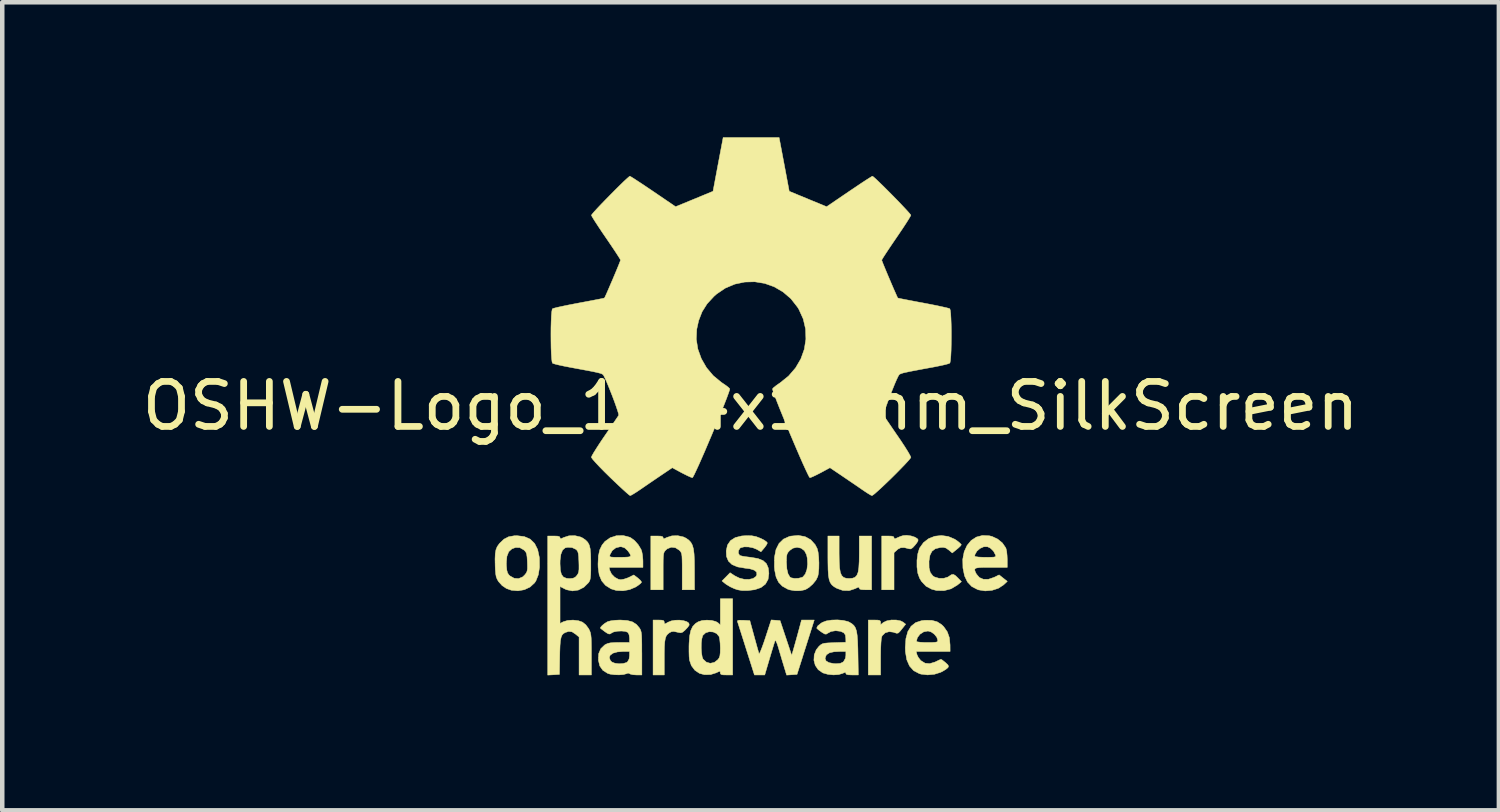
<source format=kicad_pcb>
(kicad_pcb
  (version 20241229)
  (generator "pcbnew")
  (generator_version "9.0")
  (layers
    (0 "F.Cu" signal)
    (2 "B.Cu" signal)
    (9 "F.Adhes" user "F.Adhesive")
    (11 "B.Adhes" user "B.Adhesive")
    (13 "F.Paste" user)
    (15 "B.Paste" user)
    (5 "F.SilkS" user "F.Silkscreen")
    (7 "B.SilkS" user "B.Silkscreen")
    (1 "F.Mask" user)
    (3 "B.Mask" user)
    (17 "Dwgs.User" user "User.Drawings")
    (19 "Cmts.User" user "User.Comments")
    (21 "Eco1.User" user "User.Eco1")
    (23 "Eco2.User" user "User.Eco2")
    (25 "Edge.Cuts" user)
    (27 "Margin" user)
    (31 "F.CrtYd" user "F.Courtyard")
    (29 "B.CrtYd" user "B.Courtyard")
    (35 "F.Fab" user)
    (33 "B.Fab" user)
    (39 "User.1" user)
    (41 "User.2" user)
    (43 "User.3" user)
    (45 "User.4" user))
  (footprint "OSHW-Logo_11.4x12mm_SilkScreen"
    (layer "F.Cu")
    (at 13.625 5.969)
    (property "Reference" "OSHW-Logo_11.4x12mm_SilkScreen" (at 0 0 0) (layer "F.SilkS") (effects (font (size 1 1) (thickness 0.15))))
    (attr board_only exclude_from_pos_files exclude_from_bom)
    (fp_poly (pts (xy 3.564 2.887) (xy 3.649 2.914) (xy 3.704 2.947) (xy 3.722 2.973) (xy 3.717 3.004) (xy 3.685 3.053) (xy 3.658 3.087) (xy 3.602 3.149) (xy 3.56 3.176) (xy 3.524 3.174) (xy 3.418 3.147) (xy 3.34 3.148) (xy 3.277 3.179) (xy 3.256 3.197) (xy 3.187 3.26) (xy 3.187 4.084) (xy 2.914 4.084) (xy 2.914 2.889) (xy 3.05 2.889) (xy 3.133 2.892) (xy 3.175 2.903) (xy 3.187 2.926) (xy 3.187 2.927) (xy 3.193 2.95) (xy 3.22 2.947) (xy 3.256 2.93) (xy 3.331 2.898) (xy 3.392 2.879) (xy 3.471 2.874) (xy 3.564 2.887)) (stroke (width 0.01) (type solid)) (fill yes) (layer "F.SilkS"))
    (fp_poly (pts (xy 3.238 4.756) (xy 3.334 4.775) (xy 3.389 4.803) (xy 3.446 4.849) (xy 3.364 4.952) (xy 3.314 5.014) (xy 3.28 5.045) (xy 3.246 5.05) (xy 3.196 5.035) (xy 3.173 5.026) (xy 3.078 5.014) (xy 2.991 5.04) (xy 2.927 5.101) (xy 2.917 5.12) (xy 2.905 5.171) (xy 2.897 5.266) (xy 2.891 5.396) (xy 2.889 5.556) (xy 2.889 5.579) (xy 2.889 5.976) (xy 2.615 5.976) (xy 2.615 4.756) (xy 2.752 4.756) (xy 2.831 4.758) (xy 2.872 4.768) (xy 2.887 4.788) (xy 2.889 4.808) (xy 2.889 4.859) (xy 2.954 4.808) (xy 3.029 4.773) (xy 3.131 4.755) (xy 3.238 4.756)) (stroke (width 0.01) (type solid)) (fill yes) (layer "F.SilkS"))
    (fp_poly (pts (xy -1.967 4.759) (xy -1.93 4.77) (xy -1.918 4.795) (xy -1.917 4.806) (xy -1.915 4.837) (xy -1.9 4.841) (xy -1.86 4.82) (xy -1.837 4.806) (xy -1.761 4.775) (xy -1.672 4.76) (xy -1.577 4.758) (xy -1.489 4.77) (xy -1.417 4.792) (xy -1.372 4.824) (xy -1.363 4.865) (xy -1.367 4.875) (xy -1.4 4.921) (xy -1.452 4.976) (xy -1.461 4.985) (xy -1.51 5.026) (xy -1.552 5.04) (xy -1.611 5.03) (xy -1.635 5.024) (xy -1.708 5.009) (xy -1.76 5.016) (xy -1.804 5.039) (xy -1.844 5.071) (xy -1.874 5.111) (xy -1.894 5.166) (xy -1.907 5.245) (xy -1.914 5.355) (xy -1.917 5.503) (xy -1.917 5.592) (xy -1.917 5.976) (xy -2.166 5.976) (xy -2.166 4.756) (xy -2.042 4.756) (xy -1.967 4.759)) (stroke (width 0.01) (type solid)) (fill yes) (layer "F.SilkS"))
    (fp_poly (pts (xy 1.967 3.276) (xy 1.97 3.459) (xy 1.978 3.598) (xy 1.995 3.698) (xy 2.023 3.766) (xy 2.065 3.808) (xy 2.121 3.828) (xy 2.191 3.833) (xy 2.265 3.827) (xy 2.321 3.806) (xy 2.361 3.763) (xy 2.389 3.694) (xy 2.405 3.591) (xy 2.413 3.451) (xy 2.415 3.276) (xy 2.415 2.889) (xy 2.689 2.889) (xy 2.689 4.084) (xy 2.552 4.084) (xy 2.47 4.081) (xy 2.427 4.069) (xy 2.415 4.047) (xy 2.408 4.027) (xy 2.38 4.031) (xy 2.322 4.059) (xy 2.191 4.102) (xy 2.051 4.099) (xy 1.918 4.052) (xy 1.854 4.015) (xy 1.806 3.975) (xy 1.77 3.924) (xy 1.746 3.857) (xy 1.73 3.765) (xy 1.722 3.642) (xy 1.719 3.481) (xy 1.718 3.356) (xy 1.718 2.889) (xy 1.967 2.889) (xy 1.967 3.276)) (stroke (width 0.01) (type solid)) (fill yes) (layer "F.SilkS"))
    (fp_poly (pts (xy -1.493 2.909) (xy -1.431 2.939) (xy -1.371 2.982) (xy -1.326 3.031) (xy -1.292 3.094) (xy -1.269 3.177) (xy -1.255 3.288) (xy -1.248 3.434) (xy -1.246 3.622) (xy -1.246 3.642) (xy -1.245 4.084) (xy -1.519 4.084) (xy -1.519 3.676) (xy -1.519 3.525) (xy -1.521 3.416) (xy -1.524 3.34) (xy -1.531 3.289) (xy -1.543 3.255) (xy -1.56 3.229) (xy -1.585 3.203) (xy -1.67 3.149) (xy -1.762 3.138) (xy -1.851 3.173) (xy -1.881 3.199) (xy -1.904 3.223) (xy -1.92 3.249) (xy -1.931 3.285) (xy -1.937 3.339) (xy -1.941 3.418) (xy -1.942 3.533) (xy -1.942 3.672) (xy -1.942 4.084) (xy -2.216 4.084) (xy -2.216 2.889) (xy -2.079 2.889) (xy -1.997 2.892) (xy -1.955 2.903) (xy -1.942 2.926) (xy -1.942 2.927) (xy -1.937 2.949) (xy -1.911 2.946) (xy -1.861 2.922) (xy -1.748 2.886) (xy -1.618 2.882) (xy -1.493 2.909)) (stroke (width 0.01) (type solid)) (fill yes) (layer "F.SilkS"))
    (fp_poly (pts (xy 4.391 2.899) (xy 4.535 2.96) (xy 4.581 2.99) (xy 4.639 3.036) (xy 4.675 3.072) (xy 4.682 3.084) (xy 4.664 3.11) (xy 4.618 3.154) (xy 4.581 3.185) (xy 4.481 3.266) (xy 4.402 3.199) (xy 4.341 3.156) (xy 4.281 3.141) (xy 4.213 3.145) (xy 4.104 3.172) (xy 4.03 3.228) (xy 3.985 3.318) (xy 3.964 3.448) (xy 3.964 3.449) (xy 3.966 3.594) (xy 3.993 3.701) (xy 4.049 3.774) (xy 4.086 3.799) (xy 4.186 3.829) (xy 4.293 3.829) (xy 4.386 3.8) (xy 4.408 3.785) (xy 4.463 3.748) (xy 4.506 3.742) (xy 4.552 3.769) (xy 4.604 3.819) (xy 4.685 3.903) (xy 4.595 3.978) (xy 4.455 4.062) (xy 4.298 4.103) (xy 4.134 4.1) (xy 4.026 4.072) (xy 3.899 4.005) (xy 3.798 3.898) (xy 3.753 3.822) (xy 3.715 3.714) (xy 3.697 3.577) (xy 3.697 3.429) (xy 3.715 3.286) (xy 3.751 3.167) (xy 3.757 3.155) (xy 3.842 3.035) (xy 3.957 2.947) (xy 4.093 2.894) (xy 4.24 2.878) (xy 4.391 2.899)) (stroke (width 0.01) (type solid)) (fill yes) (layer "F.SilkS"))
    (fp_poly (pts (xy 1.21 2.903) (xy 1.336 2.972) (xy 1.434 3.08) (xy 1.48 3.168) (xy 1.5 3.246) (xy 1.513 3.357) (xy 1.519 3.485) (xy 1.517 3.613) (xy 1.506 3.726) (xy 1.494 3.786) (xy 1.454 3.868) (xy 1.383 3.956) (xy 1.298 4.032) (xy 1.214 4.082) (xy 1.212 4.082) (xy 1.108 4.104) (xy 0.985 4.105) (xy 0.867 4.085) (xy 0.822 4.069) (xy 0.705 4.003) (xy 0.622 3.916) (xy 0.567 3.801) (xy 0.536 3.651) (xy 0.529 3.572) (xy 0.53 3.473) (xy 0.797 3.473) (xy 0.806 3.618) (xy 0.832 3.728) (xy 0.873 3.798) (xy 0.902 3.818) (xy 0.977 3.832) (xy 1.066 3.828) (xy 1.144 3.808) (xy 1.164 3.797) (xy 1.217 3.732) (xy 1.252 3.633) (xy 1.267 3.513) (xy 1.26 3.383) (xy 1.244 3.306) (xy 1.197 3.216) (xy 1.123 3.16) (xy 1.033 3.14) (xy 0.941 3.16) (xy 0.87 3.21) (xy 0.832 3.252) (xy 0.811 3.292) (xy 0.8 3.347) (xy 0.797 3.432) (xy 0.797 3.473) (xy 0.53 3.473) (xy 0.531 3.362) (xy 0.565 3.189) (xy 0.632 3.055) (xy 0.731 2.958) (xy 0.862 2.899) (xy 0.89 2.892) (xy 1.06 2.876) (xy 1.21 2.903)) (stroke (width 0.01) (type solid)) (fill yes) (layer "F.SilkS"))
    (fp_poly (pts (xy 0.558 4.761) (xy 0.656 4.769) (xy 0.785 5.155) (xy 0.914 5.541) (xy 0.954 5.404) (xy 0.978 5.319) (xy 1.01 5.205) (xy 1.045 5.079) (xy 1.063 5.012) (xy 1.132 4.756) (xy 1.415 4.756) (xy 1.33 5.024) (xy 1.288 5.156) (xy 1.238 5.314) (xy 1.185 5.48) (xy 1.139 5.628) (xy 1.032 5.964) (xy 0.801 5.979) (xy 0.738 5.772) (xy 0.699 5.644) (xy 0.657 5.502) (xy 0.62 5.377) (xy 0.619 5.372) (xy 0.592 5.288) (xy 0.567 5.23) (xy 0.55 5.208) (xy 0.547 5.21) (xy 0.534 5.244) (xy 0.511 5.317) (xy 0.48 5.419) (xy 0.443 5.542) (xy 0.423 5.609) (xy 0.315 5.976) (xy 0.086 5.976) (xy -0.098 5.397) (xy -0.149 5.235) (xy -0.196 5.088) (xy -0.236 4.962) (xy -0.267 4.865) (xy -0.287 4.804) (xy -0.293 4.786) (xy -0.288 4.768) (xy -0.251 4.76) (xy -0.173 4.761) (xy -0.16 4.761) (xy -0.016 4.769) (xy 0.079 5.117) (xy 0.114 5.244) (xy 0.145 5.356) (xy 0.17 5.443) (xy 0.185 5.495) (xy 0.188 5.503) (xy 0.2 5.494) (xy 0.224 5.443) (xy 0.257 5.359) (xy 0.297 5.248) (xy 0.331 5.147) (xy 0.459 4.754) (xy 0.558 4.761)) (stroke (width 0.01) (type solid)) (fill yes) (layer "F.SilkS"))
    (fp_poly (pts (xy -5.027 2.902) (xy -4.896 2.959) (xy -4.798 3.055) (xy -4.73 3.19) (xy -4.693 3.364) (xy -4.691 3.391) (xy -4.689 3.582) (xy -4.715 3.75) (xy -4.769 3.886) (xy -4.798 3.93) (xy -4.898 4.022) (xy -5.025 4.082) (xy -5.168 4.107) (xy -5.314 4.094) (xy -5.424 4.055) (xy -5.52 3.99) (xy -5.597 3.904) (xy -5.599 3.902) (xy -5.63 3.849) (xy -5.651 3.795) (xy -5.663 3.728) (xy -5.671 3.633) (xy -5.674 3.555) (xy -5.675 3.484) (xy -5.426 3.484) (xy -5.424 3.554) (xy -5.415 3.648) (xy -5.399 3.708) (xy -5.371 3.751) (xy -5.345 3.776) (xy -5.252 3.828) (xy -5.154 3.835) (xy -5.063 3.798) (xy -5.018 3.755) (xy -4.985 3.713) (xy -4.966 3.672) (xy -4.957 3.619) (xy -4.957 3.54) (xy -4.959 3.467) (xy -4.965 3.363) (xy -4.974 3.295) (xy -4.99 3.251) (xy -5.017 3.217) (xy -5.038 3.198) (xy -5.127 3.147) (xy -5.223 3.145) (xy -5.303 3.175) (xy -5.372 3.237) (xy -5.413 3.34) (xy -5.426 3.484) (xy -5.675 3.484) (xy -5.677 3.4) (xy -5.672 3.284) (xy -5.657 3.196) (xy -5.63 3.128) (xy -5.588 3.067) (xy -5.573 3.049) (xy -5.478 2.959) (xy -5.375 2.906) (xy -5.25 2.884) (xy -5.189 2.882) (xy -5.027 2.902)) (stroke (width 0.01) (type solid)) (fill yes) (layer "F.SilkS"))
    (fp_poly (pts (xy -0.398 5.976) (xy -0.535 5.976) (xy -0.615 5.974) (xy -0.656 5.964) (xy -0.671 5.944) (xy -0.672 5.929) (xy -0.675 5.901) (xy -0.691 5.895) (xy -0.732 5.913) (xy -0.765 5.929) (xy -0.889 5.968) (xy -1.024 5.97) (xy -1.134 5.941) (xy -1.237 5.872) (xy -1.315 5.769) (xy -1.357 5.647) (xy -1.358 5.64) (xy -1.365 5.566) (xy -1.368 5.46) (xy -1.368 5.379) (xy -1.096 5.379) (xy -1.089 5.486) (xy -1.075 5.574) (xy -1.056 5.624) (xy -0.982 5.692) (xy -0.895 5.717) (xy -0.805 5.697) (xy -0.728 5.638) (xy -0.699 5.598) (xy -0.682 5.551) (xy -0.674 5.482) (xy -0.672 5.379) (xy -0.676 5.276) (xy -0.685 5.186) (xy -0.698 5.126) (xy -0.7 5.12) (xy -0.754 5.056) (xy -0.831 5.021) (xy -0.918 5.015) (xy -0.998 5.039) (xy -1.058 5.095) (xy -1.064 5.106) (xy -1.083 5.173) (xy -1.094 5.269) (xy -1.096 5.379) (xy -1.368 5.379) (xy -1.368 5.338) (xy -1.366 5.273) (xy -1.354 5.111) (xy -1.328 4.99) (xy -1.286 4.9) (xy -1.224 4.834) (xy -1.163 4.795) (xy -1.078 4.767) (xy -0.972 4.758) (xy -0.864 4.765) (xy -0.772 4.789) (xy -0.723 4.818) (xy -0.672 4.864) (xy -0.672 4.283) (xy -0.398 4.283) (xy -0.398 5.976)) (stroke (width 0.01) (type solid)) (fill yes) (layer "F.SilkS"))
    (fp_poly (pts (xy 5.303 2.884) (xy 5.367 2.9) (xy 5.489 2.957) (xy 5.594 3.043) (xy 5.666 3.147) (xy 5.676 3.17) (xy 5.69 3.231) (xy 5.699 3.322) (xy 5.703 3.413) (xy 5.703 3.586) (xy 5.341 3.586) (xy 5.193 3.586) (xy 5.088 3.59) (xy 5.021 3.599) (xy 4.987 3.616) (xy 4.979 3.643) (xy 4.992 3.684) (xy 5.016 3.732) (xy 5.082 3.811) (xy 5.174 3.851) (xy 5.286 3.85) (xy 5.412 3.807) (xy 5.522 3.753) (xy 5.613 3.825) (xy 5.704 3.897) (xy 5.619 3.976) (xy 5.504 4.051) (xy 5.364 4.096) (xy 5.212 4.109) (xy 5.066 4.086) (xy 5.043 4.078) (xy 4.914 4.011) (xy 4.819 3.911) (xy 4.754 3.775) (xy 4.718 3.6) (xy 4.718 3.597) (xy 4.714 3.406) (xy 4.727 3.338) (xy 4.98 3.338) (xy 5.004 3.348) (xy 5.067 3.357) (xy 5.16 3.361) (xy 5.219 3.362) (xy 5.329 3.361) (xy 5.397 3.359) (xy 5.433 3.351) (xy 5.446 3.337) (xy 5.443 3.315) (xy 5.44 3.306) (xy 5.395 3.223) (xy 5.325 3.156) (xy 5.263 3.127) (xy 5.181 3.128) (xy 5.098 3.165) (xy 5.028 3.226) (xy 4.986 3.299) (xy 4.98 3.338) (xy 4.727 3.338) (xy 4.746 3.238) (xy 4.81 3.098) (xy 4.901 2.988) (xy 5.016 2.913) (xy 5.151 2.877) (xy 5.303 2.884)) (stroke (width 0.01) (type solid)) (fill yes) (layer "F.SilkS"))
    (fp_poly (pts (xy 0.028 2.884) (xy 0.122 2.902) (xy 0.22 2.94) (xy 0.23 2.944) (xy 0.305 2.983) (xy 0.356 3.02) (xy 0.373 3.043) (xy 0.357 3.081) (xy 0.318 3.137) (xy 0.301 3.158) (xy 0.231 3.24) (xy 0.14 3.186) (xy 0.054 3.151) (xy -0.045 3.132) (xy -0.141 3.13) (xy -0.215 3.148) (xy -0.233 3.159) (xy -0.266 3.211) (xy -0.271 3.27) (xy -0.245 3.316) (xy -0.23 3.324) (xy -0.186 3.336) (xy -0.107 3.349) (xy -0.01 3.361) (xy 0.008 3.363) (xy 0.164 3.39) (xy 0.278 3.436) (xy 0.353 3.505) (xy 0.394 3.601) (xy 0.407 3.719) (xy 0.389 3.852) (xy 0.331 3.957) (xy 0.232 4.034) (xy 0.093 4.082) (xy -0.062 4.101) (xy -0.189 4.101) (xy -0.291 4.083) (xy -0.361 4.059) (xy -0.45 4.018) (xy -0.531 3.97) (xy -0.56 3.949) (xy -0.635 3.888) (xy -0.545 3.797) (xy -0.455 3.705) (xy -0.352 3.773) (xy -0.25 3.824) (xy -0.14 3.851) (xy -0.034 3.853) (xy 0.056 3.833) (xy 0.119 3.789) (xy 0.139 3.753) (xy 0.136 3.694) (xy 0.085 3.649) (xy -0.013 3.618) (xy -0.121 3.604) (xy -0.287 3.576) (xy -0.41 3.525) (xy -0.492 3.447) (xy -0.535 3.343) (xy -0.541 3.218) (xy -0.512 3.089) (xy -0.445 2.991) (xy -0.34 2.924) (xy -0.196 2.888) (xy -0.089 2.881) (xy 0.028 2.884)) (stroke (width 0.01) (type solid)) (fill yes) (layer "F.SilkS"))
    (fp_poly (pts (xy 4.025 4.763) (xy 4.144 4.794) (xy 4.244 4.858) (xy 4.292 4.905) (xy 4.371 5.018) (xy 4.417 5.149) (xy 4.432 5.31) (xy 4.432 5.323) (xy 4.433 5.454) (xy 3.68 5.454) (xy 3.696 5.522) (xy 3.725 5.584) (xy 3.776 5.649) (xy 3.786 5.659) (xy 3.877 5.715) (xy 3.981 5.724) (xy 4.101 5.688) (xy 4.121 5.678) (xy 4.183 5.648) (xy 4.225 5.63) (xy 4.232 5.629) (xy 4.258 5.644) (xy 4.306 5.682) (xy 4.331 5.702) (xy 4.382 5.75) (xy 4.398 5.781) (xy 4.387 5.81) (xy 4.38 5.817) (xy 4.338 5.852) (xy 4.269 5.894) (xy 4.221 5.918) (xy 4.084 5.961) (xy 3.932 5.975) (xy 3.788 5.958) (xy 3.748 5.946) (xy 3.623 5.88) (xy 3.531 5.777) (xy 3.47 5.637) (xy 3.44 5.459) (xy 3.437 5.366) (xy 3.447 5.231) (xy 3.685 5.231) (xy 3.709 5.241) (xy 3.771 5.249) (xy 3.861 5.254) (xy 3.922 5.254) (xy 4.032 5.254) (xy 4.101 5.25) (xy 4.14 5.242) (xy 4.156 5.227) (xy 4.159 5.205) (xy 4.137 5.138) (xy 4.084 5.072) (xy 4.013 5.021) (xy 3.942 5) (xy 3.846 5.018) (xy 3.763 5.072) (xy 3.705 5.149) (xy 3.685 5.231) (xy 3.447 5.231) (xy 3.451 5.169) (xy 3.494 5.012) (xy 3.566 4.894) (xy 3.668 4.813) (xy 3.802 4.769) (xy 3.875 4.761) (xy 4.025 4.763)) (stroke (width 0.01) (type solid)) (fill yes) (layer "F.SilkS"))
    (fp_poly (pts (xy -2.687 2.916) (xy -2.662 2.928) (xy -2.576 2.991) (xy -2.495 3.083) (xy -2.434 3.184) (xy -2.417 3.23) (xy -2.401 3.313) (xy -2.392 3.414) (xy -2.391 3.455) (xy -2.391 3.586) (xy -3.143 3.586) (xy -3.127 3.654) (xy -3.088 3.735) (xy -3.019 3.805) (xy -2.937 3.85) (xy -2.885 3.86) (xy -2.814 3.848) (xy -2.73 3.82) (xy -2.701 3.807) (xy -2.595 3.754) (xy -2.504 3.823) (xy -2.452 3.87) (xy -2.424 3.908) (xy -2.423 3.919) (xy -2.448 3.947) (xy -2.502 3.989) (xy -2.551 4.021) (xy -2.685 4.079) (xy -2.834 4.106) (xy -2.982 4.099) (xy -3.1 4.063) (xy -3.222 3.986) (xy -3.308 3.885) (xy -3.363 3.754) (xy -3.387 3.587) (xy -3.389 3.511) (xy -3.381 3.337) (xy -3.38 3.332) (xy -3.13 3.332) (xy -3.123 3.348) (xy -3.095 3.357) (xy -3.037 3.361) (xy -2.94 3.362) (xy -2.903 3.362) (xy -2.789 3.36) (xy -2.717 3.356) (xy -2.679 3.346) (xy -2.665 3.33) (xy -2.665 3.325) (xy -2.68 3.284) (xy -2.719 3.228) (xy -2.736 3.208) (xy -2.798 3.152) (xy -2.864 3.13) (xy -2.899 3.128) (xy -2.993 3.151) (xy -3.073 3.213) (xy -3.123 3.303) (xy -3.124 3.306) (xy -3.13 3.332) (xy -3.38 3.332) (xy -3.352 3.199) (xy -3.299 3.089) (xy -3.236 3.011) (xy -3.118 2.927) (xy -2.979 2.882) (xy -2.831 2.878) (xy -2.687 2.916)) (stroke (width 0.01) (type solid)) (fill yes) (layer "F.SilkS"))
    (fp_poly (pts (xy 2.056 4.764) (xy 2.161 4.789) (xy 2.192 4.803) (xy 2.251 4.838) (xy 2.296 4.878) (xy 2.329 4.929) (xy 2.353 4.999) (xy 2.368 5.093) (xy 2.378 5.22) (xy 2.384 5.386) (xy 2.386 5.497) (xy 2.394 5.976) (xy 2.256 5.976) (xy 2.171 5.973) (xy 2.128 5.961) (xy 2.117 5.941) (xy 2.111 5.919) (xy 2.084 5.923) (xy 2.048 5.94) (xy 1.958 5.967) (xy 1.842 5.975) (xy 1.72 5.963) (xy 1.611 5.932) (xy 1.602 5.928) (xy 1.503 5.859) (xy 1.437 5.762) (xy 1.407 5.649) (xy 1.41 5.608) (xy 1.655 5.608) (xy 1.676 5.663) (xy 1.74 5.702) (xy 1.844 5.723) (xy 1.899 5.726) (xy 1.991 5.719) (xy 2.052 5.691) (xy 2.067 5.678) (xy 2.107 5.606) (xy 2.117 5.541) (xy 2.117 5.454) (xy 1.995 5.454) (xy 1.854 5.461) (xy 1.755 5.483) (xy 1.693 5.523) (xy 1.679 5.541) (xy 1.655 5.608) (xy 1.41 5.608) (xy 1.414 5.53) (xy 1.459 5.417) (xy 1.52 5.34) (xy 1.557 5.307) (xy 1.594 5.285) (xy 1.641 5.272) (xy 1.711 5.265) (xy 1.815 5.26) (xy 1.857 5.258) (xy 2.117 5.25) (xy 2.116 5.171) (xy 2.106 5.088) (xy 2.07 5.038) (xy 1.996 5.006) (xy 1.994 5.006) (xy 1.89 4.993) (xy 1.788 5.01) (xy 1.712 5.05) (xy 1.682 5.069) (xy 1.649 5.067) (xy 1.599 5.038) (xy 1.569 5.018) (xy 1.511 4.975) (xy 1.475 4.943) (xy 1.47 4.933) (xy 1.493 4.886) (xy 1.563 4.829) (xy 1.594 4.809) (xy 1.681 4.776) (xy 1.799 4.757) (xy 1.93 4.753) (xy 2.056 4.764)) (stroke (width 0.01) (type solid)) (fill yes) (layer "F.SilkS"))
    (fp_poly (pts (xy -2.741 4.766) (xy -2.624 4.797) (xy -2.535 4.854) (xy -2.472 4.928) (xy -2.452 4.96) (xy -2.438 4.993) (xy -2.428 5.035) (xy -2.421 5.095) (xy -2.418 5.179) (xy -2.416 5.296) (xy -2.416 5.453) (xy -2.415 5.495) (xy -2.415 5.976) (xy -2.535 5.976) (xy -2.611 5.971) (xy -2.668 5.958) (xy -2.682 5.949) (xy -2.72 5.935) (xy -2.76 5.949) (xy -2.825 5.967) (xy -2.919 5.974) (xy -3.024 5.971) (xy -3.119 5.958) (xy -3.175 5.941) (xy -3.283 5.872) (xy -3.35 5.776) (xy -3.381 5.648) (xy -3.381 5.645) (xy -3.378 5.588) (xy -3.138 5.588) (xy -3.117 5.652) (xy -3.082 5.689) (xy -3.013 5.716) (xy -2.923 5.727) (xy -2.83 5.722) (xy -2.756 5.7) (xy -2.735 5.686) (xy -2.699 5.622) (xy -2.689 5.549) (xy -2.689 5.454) (xy -2.827 5.454) (xy -2.958 5.464) (xy -3.057 5.492) (xy -3.119 5.537) (xy -3.138 5.588) (xy -3.378 5.588) (xy -3.375 5.505) (xy -3.328 5.394) (xy -3.242 5.311) (xy -3.23 5.303) (xy -3.178 5.278) (xy -3.115 5.263) (xy -3.026 5.256) (xy -2.92 5.254) (xy -2.689 5.254) (xy -2.689 5.158) (xy -2.699 5.083) (xy -2.724 5.033) (xy -2.727 5.03) (xy -2.783 5.008) (xy -2.866 5) (xy -2.959 5.004) (xy -3.041 5.02) (xy -3.089 5.044) (xy -3.116 5.063) (xy -3.143 5.067) (xy -3.182 5.051) (xy -3.24 5.012) (xy -3.327 4.945) (xy -3.335 4.939) (xy -3.331 4.916) (xy -3.296 4.877) (xy -3.245 4.835) (xy -3.188 4.799) (xy -3.17 4.79) (xy -3.104 4.773) (xy -3.008 4.761) (xy -2.901 4.756) (xy -2.896 4.756) (xy -2.741 4.766)) (stroke (width 0.01) (type solid)) (fill yes) (layer "F.SilkS"))
    (fp_poly (pts (xy -3.78 2.91) (xy -3.728 2.935) (xy -3.663 2.981) (xy -3.616 3.03) (xy -3.583 3.092) (xy -3.563 3.175) (xy -3.553 3.288) (xy -3.549 3.438) (xy -3.549 3.503) (xy -3.549 3.645) (xy -3.552 3.747) (xy -3.558 3.817) (xy -3.568 3.865) (xy -3.584 3.901) (xy -3.6 3.925) (xy -3.704 4.028) (xy -3.826 4.09) (xy -3.958 4.109) (xy -4.091 4.082) (xy -4.133 4.062) (xy -4.233 4.01) (xy -4.233 4.832) (xy -4.16 4.794) (xy -4.063 4.765) (xy -3.944 4.757) (xy -3.825 4.771) (xy -3.736 4.802) (xy -3.661 4.862) (xy -3.598 4.947) (xy -3.593 4.956) (xy -3.573 4.997) (xy -3.558 5.038) (xy -3.548 5.089) (xy -3.541 5.156) (xy -3.538 5.249) (xy -3.536 5.377) (xy -3.536 5.52) (xy -3.536 5.976) (xy -3.81 5.976) (xy -3.81 5.134) (xy -3.887 5.07) (xy -3.966 5.018) (xy -4.042 5.009) (xy -4.117 5.033) (xy -4.158 5.057) (xy -4.188 5.09) (xy -4.209 5.141) (xy -4.224 5.216) (xy -4.233 5.323) (xy -4.238 5.469) (xy -4.24 5.566) (xy -4.246 5.964) (xy -4.377 5.972) (xy -4.507 5.979) (xy -4.507 3.507) (xy -4.233 3.507) (xy -4.226 3.644) (xy -4.203 3.74) (xy -4.159 3.8) (xy -4.091 3.829) (xy -4.022 3.835) (xy -3.944 3.828) (xy -3.892 3.802) (xy -3.859 3.766) (xy -3.834 3.729) (xy -3.819 3.687) (xy -3.812 3.628) (xy -3.812 3.539) (xy -3.814 3.465) (xy -3.819 3.354) (xy -3.827 3.281) (xy -3.84 3.234) (xy -3.861 3.203) (xy -3.881 3.185) (xy -3.965 3.146) (xy -4.063 3.14) (xy -4.12 3.153) (xy -4.176 3.201) (xy -4.214 3.295) (xy -4.232 3.433) (xy -4.233 3.507) (xy -4.507 3.507) (xy -4.507 2.889) (xy -4.37 2.889) (xy -4.288 2.892) (xy -4.246 2.903) (xy -4.233 2.926) (xy -4.233 2.927) (xy -4.228 2.949) (xy -4.202 2.946) (xy -4.152 2.922) (xy -4.036 2.885) (xy -3.905 2.881) (xy -3.78 2.91)) (stroke (width 0.01) (type solid)) (fill yes) (layer "F.SilkS"))
    (fp_poly (pts (xy 0.747 -5.367) (xy 0.859 -4.77) (xy 1.275 -4.598) (xy 1.69 -4.427) (xy 2.188 -4.766) (xy 2.328 -4.86) (xy 2.454 -4.945) (xy 2.561 -5.015) (xy 2.643 -5.067) (xy 2.693 -5.098) (xy 2.707 -5.105) (xy 2.732 -5.088) (xy 2.785 -5.041) (xy 2.86 -4.969) (xy 2.952 -4.88) (xy 3.054 -4.778) (xy 3.161 -4.67) (xy 3.266 -4.563) (xy 3.363 -4.461) (xy 3.447 -4.372) (xy 3.512 -4.301) (xy 3.552 -4.253) (xy 3.561 -4.238) (xy 3.547 -4.209) (xy 3.509 -4.145) (xy 3.451 -4.053) (xy 3.376 -3.939) (xy 3.288 -3.809) (xy 3.237 -3.734) (xy 3.145 -3.599) (xy 3.063 -3.477) (xy 2.995 -3.374) (xy 2.945 -3.296) (xy 2.918 -3.25) (xy 2.914 -3.24) (xy 2.923 -3.213) (xy 2.948 -3.149) (xy 2.986 -3.057) (xy 3.032 -2.946) (xy 3.083 -2.826) (xy 3.134 -2.706) (xy 3.182 -2.594) (xy 3.224 -2.5) (xy 3.254 -2.432) (xy 3.271 -2.399) (xy 3.272 -2.398) (xy 3.297 -2.392) (xy 3.364 -2.378) (xy 3.466 -2.358) (xy 3.597 -2.333) (xy 3.748 -2.304) (xy 3.837 -2.288) (xy 3.998 -2.257) (xy 4.145 -2.228) (xy 4.268 -2.201) (xy 4.36 -2.18) (xy 4.415 -2.165) (xy 4.426 -2.16) (xy 4.437 -2.127) (xy 4.446 -2.053) (xy 4.452 -1.947) (xy 4.457 -1.817) (xy 4.46 -1.671) (xy 4.46 -1.519) (xy 4.458 -1.369) (xy 4.455 -1.23) (xy 4.449 -1.11) (xy 4.441 -1.018) (xy 4.431 -0.962) (xy 4.425 -0.951) (xy 4.39 -0.937) (xy 4.316 -0.917) (xy 4.212 -0.894) (xy 4.089 -0.869) (xy 4.046 -0.861) (xy 3.838 -0.823) (xy 3.674 -0.792) (xy 3.548 -0.768) (xy 3.455 -0.748) (xy 3.389 -0.733) (xy 3.346 -0.719) (xy 3.318 -0.707) (xy 3.302 -0.696) (xy 3.3 -0.693) (xy 3.278 -0.656) (xy 3.243 -0.583) (xy 3.2 -0.483) (xy 3.153 -0.366) (xy 3.103 -0.241) (xy 3.056 -0.115) (xy 3.014 0.001) (xy 2.981 0.099) (xy 2.96 0.171) (xy 2.954 0.206) (xy 2.954 0.207) (xy 2.973 0.236) (xy 3.016 0.299) (xy 3.078 0.39) (xy 3.154 0.502) (xy 3.241 0.629) (xy 3.266 0.665) (xy 3.355 0.796) (xy 3.433 0.915) (xy 3.496 1.016) (xy 3.539 1.092) (xy 3.56 1.136) (xy 3.561 1.142) (xy 3.544 1.17) (xy 3.496 1.226) (xy 3.424 1.304) (xy 3.334 1.397) (xy 3.232 1.501) (xy 3.124 1.608) (xy 3.016 1.712) (xy 2.914 1.809) (xy 2.825 1.89) (xy 2.755 1.952) (xy 2.709 1.986) (xy 2.696 1.992) (xy 2.667 1.979) (xy 2.607 1.943) (xy 2.526 1.89) (xy 2.463 1.847) (xy 2.35 1.769) (xy 2.216 1.678) (xy 2.081 1.586) (xy 2.009 1.537) (xy 1.764 1.372) (xy 1.559 1.483) (xy 1.465 1.531) (xy 1.385 1.569) (xy 1.331 1.591) (xy 1.318 1.594) (xy 1.301 1.572) (xy 1.269 1.509) (xy 1.223 1.412) (xy 1.165 1.285) (xy 1.099 1.136) (xy 1.027 0.969) (xy 0.951 0.791) (xy 0.873 0.607) (xy 0.796 0.422) (xy 0.723 0.244) (xy 0.655 0.077) (xy 0.596 -0.072) (xy 0.547 -0.199) (xy 0.511 -0.297) (xy 0.491 -0.36) (xy 0.488 -0.381) (xy 0.513 -0.409) (xy 0.57 -0.454) (xy 0.644 -0.506) (xy 0.651 -0.51) (xy 0.844 -0.665) (xy 1 -0.846) (xy 1.117 -1.046) (xy 1.194 -1.261) (xy 1.229 -1.484) (xy 1.222 -1.71) (xy 1.17 -1.933) (xy 1.073 -2.147) (xy 1.044 -2.194) (xy 0.896 -2.383) (xy 0.72 -2.534) (xy 0.524 -2.648) (xy 0.313 -2.723) (xy 0.093 -2.759) (xy -0.13 -2.753) (xy -0.349 -2.707) (xy -0.559 -2.619) (xy -0.753 -2.488) (xy -0.813 -2.435) (xy -0.966 -2.269) (xy -1.077 -2.093) (xy -1.153 -1.897) (xy -1.196 -1.703) (xy -1.206 -1.484) (xy -1.171 -1.264) (xy -1.094 -1.051) (xy -0.979 -0.851) (xy -0.829 -0.673) (xy -0.647 -0.523) (xy -0.623 -0.507) (xy -0.548 -0.456) (xy -0.49 -0.411) (xy -0.463 -0.382) (xy -0.462 -0.381) (xy -0.468 -0.35) (xy -0.492 -0.28) (xy -0.53 -0.176) (xy -0.581 -0.045) (xy -0.642 0.109) (xy -0.711 0.278) (xy -0.786 0.458) (xy -0.863 0.643) (xy -0.941 0.826) (xy -1.016 1.003) (xy -1.088 1.167) (xy -1.152 1.312) (xy -1.208 1.433) (xy -1.251 1.524) (xy -1.281 1.579) (xy -1.293 1.594) (xy -1.329 1.582) (xy -1.397 1.552) (xy -1.485 1.508) (xy -1.534 1.483) (xy -1.739 1.372) (xy -1.984 1.537) (xy -2.109 1.622) (xy -2.246 1.715) (xy -2.374 1.803) (xy -2.438 1.847) (xy -2.528 1.908) (xy -2.605 1.956) (xy -2.658 1.986) (xy -2.675 1.992) (xy -2.7 1.975) (xy -2.755 1.928) (xy -2.835 1.856) (xy -2.934 1.764) (xy -3.048 1.656) (xy -3.12 1.587) (xy -3.245 1.464) (xy -3.354 1.353) (xy -3.441 1.26) (xy -3.503 1.19) (xy -3.534 1.147) (xy -3.537 1.138) (xy -3.523 1.105) (xy -3.485 1.038) (xy -3.426 0.944) (xy -3.352 0.829) (xy -3.266 0.701) (xy -3.241 0.665) (xy -3.152 0.535) (xy -3.072 0.418) (xy -3.006 0.321) (xy -2.958 0.25) (xy -2.932 0.211) (xy -2.93 0.207) (xy -2.933 0.176) (xy -2.953 0.108) (xy -2.985 0.013) (xy -3.026 -0.102) (xy -3.073 -0.227) (xy -3.123 -0.353) (xy -3.171 -0.472) (xy -3.214 -0.574) (xy -3.25 -0.65) (xy -3.273 -0.691) (xy -3.275 -0.693) (xy -3.29 -0.705) (xy -3.314 -0.717) (xy -3.355 -0.73) (xy -3.416 -0.745) (xy -3.503 -0.764) (xy -3.622 -0.787) (xy -3.779 -0.816) (xy -3.978 -0.853) (xy -4.021 -0.861) (xy -4.149 -0.886) (xy -4.26 -0.91) (xy -4.345 -0.931) (xy -4.394 -0.947) (xy -4.401 -0.951) (xy -4.411 -0.984) (xy -4.42 -1.058) (xy -4.427 -1.165) (xy -4.432 -1.295) (xy -4.434 -1.441) (xy -4.435 -1.593) (xy -4.434 -1.743) (xy -4.43 -1.882) (xy -4.425 -2.002) (xy -4.417 -2.093) (xy -4.407 -2.148) (xy -4.401 -2.16) (xy -4.369 -2.171) (xy -4.295 -2.19) (xy -4.186 -2.214) (xy -4.051 -2.242) (xy -3.896 -2.272) (xy -3.812 -2.288) (xy -3.652 -2.318) (xy -3.509 -2.345) (xy -3.391 -2.368) (xy -3.304 -2.385) (xy -3.255 -2.396) (xy -3.247 -2.398) (xy -3.233 -2.424) (xy -3.204 -2.487) (xy -3.164 -2.578) (xy -3.117 -2.688) (xy -3.065 -2.808) (xy -3.014 -2.929) (xy -2.967 -3.042) (xy -2.928 -3.137) (xy -2.901 -3.206) (xy -2.889 -3.24) (xy -2.889 -3.241) (xy -2.902 -3.268) (xy -2.94 -3.329) (xy -2.999 -3.42) (xy -3.074 -3.532) (xy -3.161 -3.661) (xy -3.212 -3.735) (xy -3.305 -3.871) (xy -3.387 -3.995) (xy -3.455 -4.099) (xy -3.505 -4.179) (xy -3.532 -4.227) (xy -3.536 -4.238) (xy -3.519 -4.263) (xy -3.473 -4.317) (xy -3.402 -4.394) (xy -3.314 -4.487) (xy -3.214 -4.59) (xy -3.108 -4.698) (xy -3.002 -4.805) (xy -2.902 -4.904) (xy -2.814 -4.99) (xy -2.743 -5.055) (xy -2.697 -5.095) (xy -2.682 -5.105) (xy -2.656 -5.091) (xy -2.596 -5.054) (xy -2.506 -4.995) (xy -2.393 -4.921) (xy -2.262 -4.833) (xy -2.163 -4.766) (xy -1.665 -4.427) (xy -1.25 -4.598) (xy -0.834 -4.77) (xy -0.722 -5.367) (xy -0.609 -5.964) (xy 0.634 -5.964) (xy 0.747 -5.367)) (stroke (width 0.01) (type solid)) (fill yes) (layer "F.SilkS")))
  (gr_rect
    (start -3 -3)
    (end 30.25 14.953)
    (stroke (width 0.1) (type default))
    (fill no)
    (layer "Edge.Cuts")))
</source>
